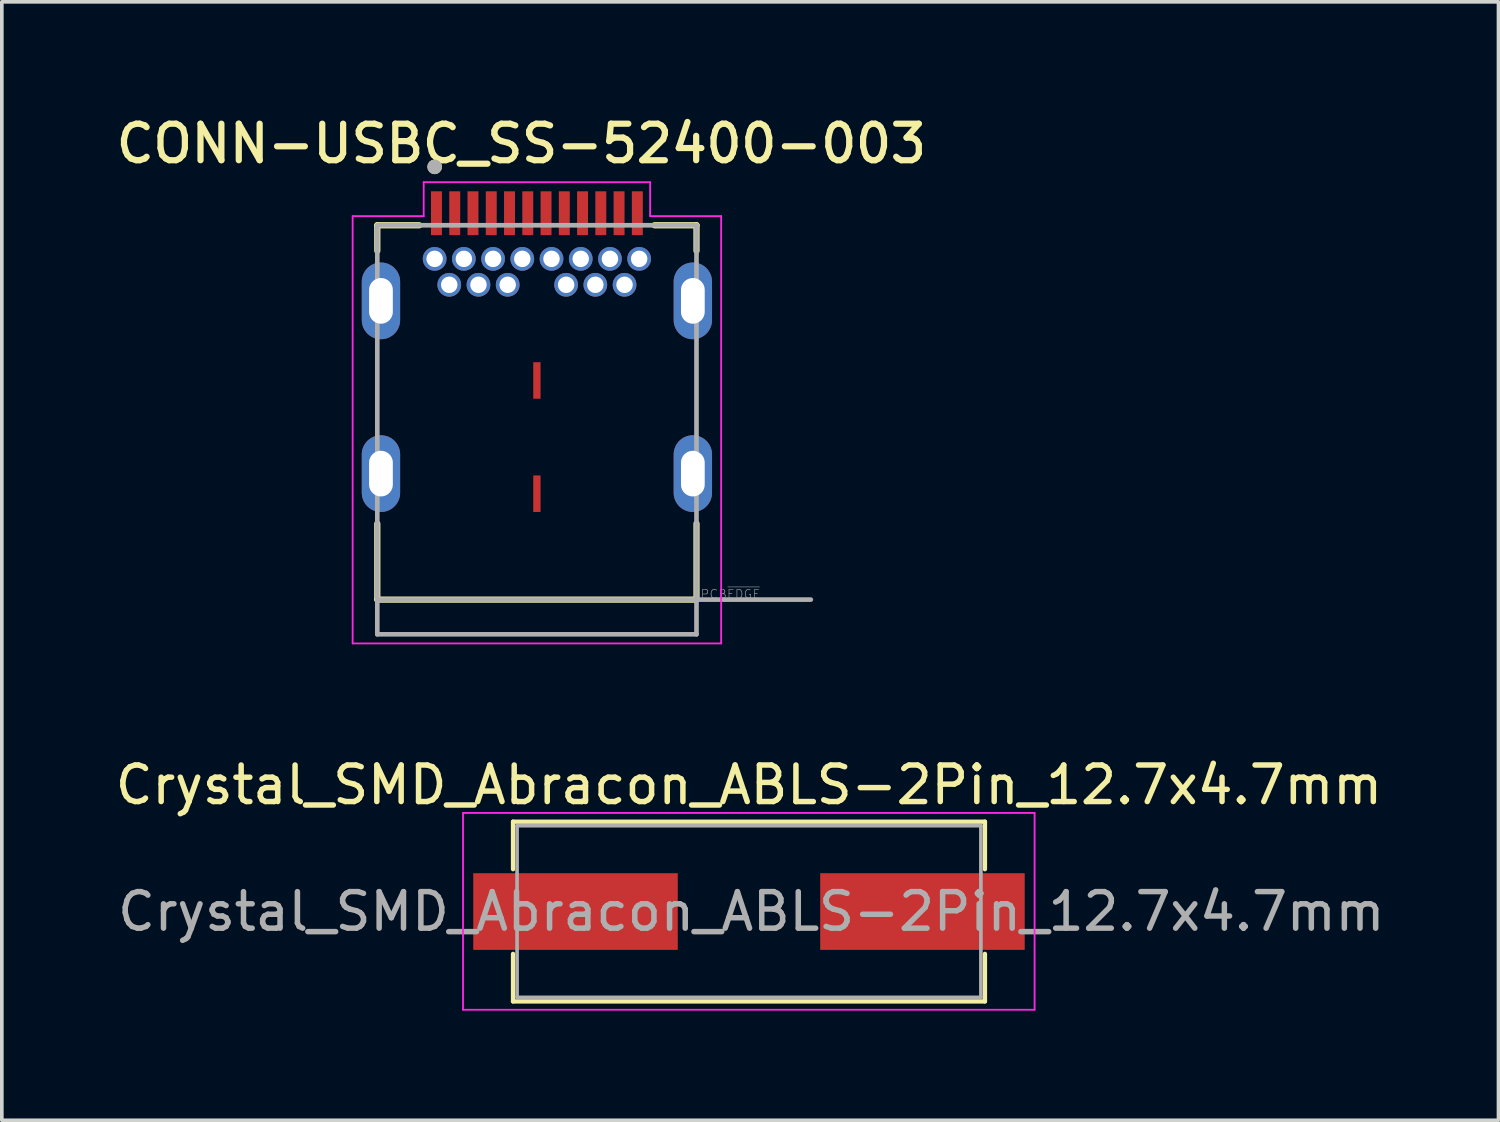
<source format=kicad_pcb>
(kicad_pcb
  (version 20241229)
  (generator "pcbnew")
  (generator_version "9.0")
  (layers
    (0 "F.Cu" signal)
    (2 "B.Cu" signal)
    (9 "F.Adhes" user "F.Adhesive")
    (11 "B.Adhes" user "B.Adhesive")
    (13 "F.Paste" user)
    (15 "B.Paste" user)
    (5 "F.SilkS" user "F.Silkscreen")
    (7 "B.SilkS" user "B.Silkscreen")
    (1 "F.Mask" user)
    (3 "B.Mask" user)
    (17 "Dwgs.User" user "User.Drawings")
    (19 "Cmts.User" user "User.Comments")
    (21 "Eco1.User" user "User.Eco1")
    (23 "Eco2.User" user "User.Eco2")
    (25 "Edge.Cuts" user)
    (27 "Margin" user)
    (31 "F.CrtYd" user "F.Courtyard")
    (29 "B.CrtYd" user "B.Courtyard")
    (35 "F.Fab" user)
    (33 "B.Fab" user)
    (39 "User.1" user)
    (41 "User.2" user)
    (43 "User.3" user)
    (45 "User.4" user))
  (footprint "Crystal_SMD_Abracon_ABLS-2Pin_12.7x4.7mm"
    (layer "F.Cu")
    (at 17.458 21.909)
    (property "Reference" "Crystal_SMD_Abracon_ABLS-2Pin_12.7x4.7mm" (at 0 -3.467 0) (layer "F.SilkS") (effects (font (size 1 1) (thickness 0.15))))
    (attr smd)
    (fp_line (start -6.46 -2.46) (end 6.46 -2.46) (stroke (width 0.12) (type solid)) (layer "F.SilkS"))
    (fp_line (start -6.46 -1.16) (end -6.46 -2.46) (stroke (width 0.12) (type solid)) (layer "F.SilkS"))
    (fp_line (start -6.46 2.46) (end -6.46 1.16) (stroke (width 0.12) (type solid)) (layer "F.SilkS"))
    (fp_line (start -6.46 2.46) (end 6.46 2.46) (stroke (width 0.12) (type solid)) (layer "F.SilkS"))
    (fp_line (start 6.46 -2.46) (end 6.46 -1.16) (stroke (width 0.12) (type solid)) (layer "F.SilkS"))
    (fp_line (start 6.46 2.46) (end 6.46 1.16) (stroke (width 0.12) (type solid)) (layer "F.SilkS"))
    (fp_line (start -7.83 2.69) (end -7.83 -2.7) (stroke (width 0.05) (type solid)) (layer "F.CrtYd"))
    (fp_line (start 7.82 -2.7) (end -7.83 -2.7) (stroke (width 0.05) (type solid)) (layer "F.CrtYd"))
    (fp_line (start 7.82 2.69) (end -7.83 2.69) (stroke (width 0.05) (type solid)) (layer "F.CrtYd"))
    (fp_line (start 7.82 2.69) (end 7.82 -2.7) (stroke (width 0.05) (type solid)) (layer "F.CrtYd"))
    (fp_line (start -6.35 -2.35) (end -6.35 2.35) (stroke (width 0.1) (type solid)) (layer "F.Fab"))
    (fp_line (start -6.35 -2.35) (end 6.35 -2.35) (stroke (width 0.1) (type solid)) (layer "F.Fab"))
    (fp_line (start 6.35 -2.35) (end 6.35 2.35) (stroke (width 0.1) (type solid)) (layer "F.Fab"))
    (fp_line (start 6.35 2.35) (end -6.35 2.35) (stroke (width 0.1) (type solid)) (layer "F.Fab"))
    (fp_text user "${REFERENCE}" (at 0.064 0 0) (layer "F.Fab") (effects (font (size 1 1) (thickness 0.15))))
    (pad "1" smd rect (at -4.75 0) (size 5.6 2.1) (layers "F.Cu" "F.Mask" "F.Paste"))
    (pad "2" smd rect (at 4.75 0) (size 5.6 2.1) (layers "F.Cu" "F.Mask" "F.Paste")))
  (footprint "CONN-USBC_SS-52400-003"
    (layer "F.Cu")
    (at 11.651 9.918)
    (property "Reference" "CONN-USBC_SS-52400-003" (at -0.425 -9.035 0) (layer "F.SilkS") (effects (font (size 1 1) (thickness 0.17))))
    (attr through_hole)
    (fp_line (start -4.37 -6.8) (end -4.37 -6.1) (stroke (width 0.17) (type solid)) (layer "F.SilkS"))
    (fp_line (start -4.37 1.37) (end -4.37 3.45) (stroke (width 0.17) (type solid)) (layer "F.SilkS"))
    (fp_line (start -4.37 3.45) (end 4.37 3.45) (stroke (width 0.17) (type solid)) (layer "F.SilkS"))
    (fp_line (start -3.22 -6.8) (end -4.37 -6.8) (stroke (width 0.17) (type solid)) (layer "F.SilkS"))
    (fp_line (start 3.22 -6.8) (end 4.37 -6.8) (stroke (width 0.17) (type solid)) (layer "F.SilkS"))
    (fp_line (start 4.37 -6.8) (end 4.37 -6.1) (stroke (width 0.17) (type solid)) (layer "F.SilkS"))
    (fp_line (start 4.37 3.45) (end 4.37 1.37) (stroke (width 0.17) (type solid)) (layer "F.SilkS"))
    (fp_circle (center -2.8 -8.4) (end -2.7 -8.4) (stroke (width 0.2) (type solid)) (fill no) (layer "F.SilkS"))
    (fp_line (start -5.045 -7.05) (end -5.045 4.65) (stroke (width 0.05) (type solid)) (layer "F.CrtYd"))
    (fp_line (start -5.045 4.65) (end 5.045 4.65) (stroke (width 0.05) (type solid)) (layer "F.CrtYd"))
    (fp_line (start -3.1 -7.98) (end -3.1 -7.05) (stroke (width 0.05) (type solid)) (layer "F.CrtYd"))
    (fp_line (start -3.1 -7.05) (end -5.045 -7.05) (stroke (width 0.05) (type solid)) (layer "F.CrtYd"))
    (fp_line (start 3.1 -7.98) (end -3.1 -7.98) (stroke (width 0.05) (type solid)) (layer "F.CrtYd"))
    (fp_line (start 3.1 -7.05) (end 3.1 -7.98) (stroke (width 0.05) (type solid)) (layer "F.CrtYd"))
    (fp_line (start 5.045 -7.05) (end 3.1 -7.05) (stroke (width 0.05) (type solid)) (layer "F.CrtYd"))
    (fp_line (start 5.045 4.65) (end 5.045 -7.05) (stroke (width 0.05) (type solid)) (layer "F.CrtYd"))
    (fp_line (start -4.37 -6.8) (end 4.37 -6.8) (stroke (width 0.127) (type solid)) (layer "F.Fab"))
    (fp_line (start -4.37 3.45) (end -4.37 -6.8) (stroke (width 0.127) (type solid)) (layer "F.Fab"))
    (fp_line (start -4.37 3.45) (end 7.5 3.45) (stroke (width 0.127) (type solid)) (layer "F.Fab"))
    (fp_line (start -4.37 4.4) (end -4.37 3.45) (stroke (width 0.127) (type solid)) (layer "F.Fab"))
    (fp_line (start 4.37 -6.8) (end 4.37 4.4) (stroke (width 0.127) (type solid)) (layer "F.Fab"))
    (fp_line (start 4.37 4.4) (end -4.37 4.4) (stroke (width 0.127) (type solid)) (layer "F.Fab"))
    (fp_circle (center -2.8 -8.4) (end -2.7 -8.4) (stroke (width 0.2) (type solid)) (fill no) (layer "F.Fab"))
    (fp_text user "PCB~{EDGE}" (at 5.3 3.3 0) (layer "F.Fab") (effects (font (size 0.24 0.24) (thickness 0.015))))
    (pad "A1" smd rect (at -2.75 -7.13) (size 0.3 1.2) (layers "F.Cu" "F.Mask" "F.Paste"))
    (pad "A2" smd rect (at -2.25 -7.13) (size 0.3 1.2) (layers "F.Cu" "F.Mask" "F.Paste"))
    (pad "A3" smd rect (at -1.75 -7.13) (size 0.3 1.2) (layers "F.Cu" "F.Mask" "F.Paste"))
    (pad "A4" smd rect (at -1.25 -7.13) (size 0.3 1.2) (layers "F.Cu" "F.Mask" "F.Paste"))
    (pad "A5" smd rect (at -0.75 -7.13) (size 0.3 1.2) (layers "F.Cu" "F.Mask" "F.Paste"))
    (pad "A6" smd rect (at -0.25 -7.13) (size 0.3 1.2) (layers "F.Cu" "F.Mask" "F.Paste"))
    (pad "A7" smd rect (at 0.25 -7.13) (size 0.3 1.2) (layers "F.Cu" "F.Mask" "F.Paste"))
    (pad "A8" smd rect (at 0.75 -7.13) (size 0.3 1.2) (layers "F.Cu" "F.Mask" "F.Paste"))
    (pad "A9" smd rect (at 1.25 -7.13) (size 0.3 1.2) (layers "F.Cu" "F.Mask" "F.Paste"))
    (pad "A10" smd rect (at 1.75 -7.13) (size 0.3 1.2) (layers "F.Cu" "F.Mask" "F.Paste"))
    (pad "A11" smd rect (at 2.25 -7.13) (size 0.3 1.2) (layers "F.Cu" "F.Mask" "F.Paste"))
    (pad "A12" smd rect (at 2.75 -7.13) (size 0.3 1.2) (layers "F.Cu" "F.Mask" "F.Paste"))
    (pad "B1" thru_hole circle (at 2.8 -5.88) (size 0.65 0.65) (drill 0.45) (layers "*.Cu" "*.Mask"))
    (pad "B2" thru_hole circle (at 2.4 -5.17) (size 0.65 0.65) (drill 0.45) (layers "*.Cu" "*.Mask"))
    (pad "B3" thru_hole circle (at 1.6 -5.17) (size 0.65 0.65) (drill 0.45) (layers "*.Cu" "*.Mask"))
    (pad "B4" thru_hole circle (at 1.2 -5.88) (size 0.65 0.65) (drill 0.45) (layers "*.Cu" "*.Mask"))
    (pad "B5" thru_hole circle (at 0.8 -5.17) (size 0.65 0.65) (drill 0.45) (layers "*.Cu" "*.Mask"))
    (pad "B6" thru_hole circle (at 0.4 -5.88) (size 0.65 0.65) (drill 0.45) (layers "*.Cu" "*.Mask"))
    (pad "B7" thru_hole circle (at -0.4 -5.88) (size 0.65 0.65) (drill 0.45) (layers "*.Cu" "*.Mask"))
    (pad "B8" thru_hole circle (at -0.8 -5.17) (size 0.65 0.65) (drill 0.45) (layers "*.Cu" "*.Mask"))
    (pad "B9" thru_hole circle (at -1.2 -5.88) (size 0.65 0.65) (drill 0.45) (layers "*.Cu" "*.Mask"))
    (pad "B10" thru_hole circle (at -1.6 -5.17) (size 0.65 0.65) (drill 0.45) (layers "*.Cu" "*.Mask"))
    (pad "B11" thru_hole circle (at -2.4 -5.17) (size 0.65 0.65) (drill 0.45) (layers "*.Cu" "*.Mask"))
    (pad "B12" thru_hole circle (at -2.8 -5.88) (size 0.65 0.65) (drill 0.45) (layers "*.Cu" "*.Mask"))
    (pad "G1" thru_hole circle (at 2 -5.88) (size 0.65 0.65) (drill 0.45) (layers "*.Cu" "*.Mask"))
    (pad "G2" thru_hole circle (at -2 -5.88) (size 0.65 0.65) (drill 0.45) (layers "*.Cu" "*.Mask"))
    (pad "G3" smd rect (at 0 -2.55) (size 0.2 1) (layers "F.Cu" "F.Mask" "F.Paste"))
    (pad "G4" smd rect (at 0 0.55) (size 0.2 1) (layers "F.Cu" "F.Mask" "F.Paste"))
    (pad "S1" thru_hole oval (at -4.27 -4.73) (size 1.05 2.1) (drill oval 0.65 1.25) (layers "*.Cu" "*.Mask"))
    (pad "S1" thru_hole oval (at -4.27 0) (size 1.05 2.1) (drill oval 0.65 1.25) (layers "*.Cu" "*.Mask"))
    (pad "S1" thru_hole oval (at 4.27 -4.73) (size 1.05 2.1) (drill oval 0.65 1.25) (layers "*.Cu" "*.Mask"))
    (pad "S1" thru_hole oval (at 4.27 0) (size 1.05 2.1) (drill oval 0.65 1.25) (layers "*.Cu" "*.Mask")))
  (gr_rect
    (start -3 -3)
    (end 37.98 27.624)
    (stroke (width 0.1) (type default))
    (fill no)
    (layer "Edge.Cuts")))
</source>
